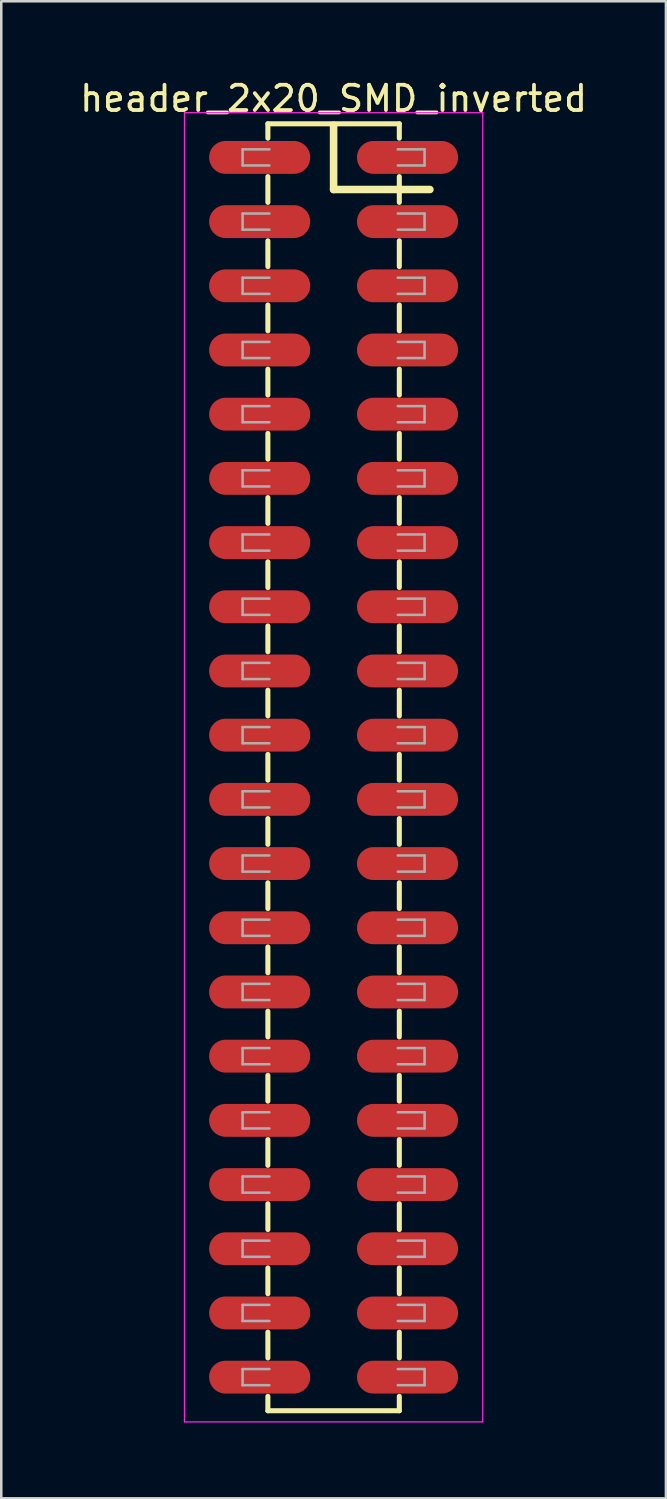
<source format=kicad_pcb>
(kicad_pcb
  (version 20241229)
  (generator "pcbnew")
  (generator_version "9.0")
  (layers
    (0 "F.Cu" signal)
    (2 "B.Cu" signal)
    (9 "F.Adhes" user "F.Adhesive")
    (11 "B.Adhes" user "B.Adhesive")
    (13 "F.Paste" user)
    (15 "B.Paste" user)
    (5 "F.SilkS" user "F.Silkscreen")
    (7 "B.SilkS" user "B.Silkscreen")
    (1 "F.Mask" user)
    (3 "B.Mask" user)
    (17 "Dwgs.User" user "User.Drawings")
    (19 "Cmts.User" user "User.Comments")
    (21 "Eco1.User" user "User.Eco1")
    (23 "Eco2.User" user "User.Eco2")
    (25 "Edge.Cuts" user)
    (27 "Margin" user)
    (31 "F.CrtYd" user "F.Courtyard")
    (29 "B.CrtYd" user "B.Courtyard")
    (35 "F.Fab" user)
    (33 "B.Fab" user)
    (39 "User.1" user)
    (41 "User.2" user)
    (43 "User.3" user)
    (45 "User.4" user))
  (footprint "header_2x20_SMD_inverted"
    (layer "F.Cu")
    (at 10.149 27.308)
    (property "Reference" "header_2x20_SMD_inverted" (at 0 -26.46 0) (layer "F.SilkS") (effects (font (size 1 1) (thickness 0.15))))
    (attr smd)
    (fp_line (start -2.6 -25.46) (end -2.6 -24.89) (stroke (width 0.2) (type solid)) (layer "F.SilkS"))
    (fp_line (start -2.6 -25.46) (end 2.6 -25.46) (stroke (width 0.2) (type solid)) (layer "F.SilkS"))
    (fp_line (start -2.6 -23.37) (end -2.6 -22.35) (stroke (width 0.2) (type solid)) (layer "F.SilkS"))
    (fp_line (start -2.6 -20.83) (end -2.6 -19.81) (stroke (width 0.2) (type solid)) (layer "F.SilkS"))
    (fp_line (start -2.6 -18.29) (end -2.6 -17.27) (stroke (width 0.2) (type solid)) (layer "F.SilkS"))
    (fp_line (start -2.6 -15.75) (end -2.6 -14.73) (stroke (width 0.2) (type solid)) (layer "F.SilkS"))
    (fp_line (start -2.6 -13.21) (end -2.6 -12.19) (stroke (width 0.2) (type solid)) (layer "F.SilkS"))
    (fp_line (start -2.6 -10.67) (end -2.6 -9.65) (stroke (width 0.2) (type solid)) (layer "F.SilkS"))
    (fp_line (start -2.6 -8.13) (end -2.6 -7.11) (stroke (width 0.2) (type solid)) (layer "F.SilkS"))
    (fp_line (start -2.6 -5.59) (end -2.6 -4.57) (stroke (width 0.2) (type solid)) (layer "F.SilkS"))
    (fp_line (start -2.6 -3.05) (end -2.6 -2.03) (stroke (width 0.2) (type solid)) (layer "F.SilkS"))
    (fp_line (start -2.6 -0.51) (end -2.6 0.51) (stroke (width 0.2) (type solid)) (layer "F.SilkS"))
    (fp_line (start -2.6 2.03) (end -2.6 3.05) (stroke (width 0.2) (type solid)) (layer "F.SilkS"))
    (fp_line (start -2.6 4.57) (end -2.6 5.59) (stroke (width 0.2) (type solid)) (layer "F.SilkS"))
    (fp_line (start -2.6 7.11) (end -2.6 8.13) (stroke (width 0.2) (type solid)) (layer "F.SilkS"))
    (fp_line (start -2.6 9.65) (end -2.6 10.67) (stroke (width 0.2) (type solid)) (layer "F.SilkS"))
    (fp_line (start -2.6 12.19) (end -2.6 13.21) (stroke (width 0.2) (type solid)) (layer "F.SilkS"))
    (fp_line (start -2.6 14.73) (end -2.6 15.75) (stroke (width 0.2) (type solid)) (layer "F.SilkS"))
    (fp_line (start -2.6 17.27) (end -2.6 18.29) (stroke (width 0.2) (type solid)) (layer "F.SilkS"))
    (fp_line (start -2.6 19.81) (end -2.6 20.83) (stroke (width 0.2) (type solid)) (layer "F.SilkS"))
    (fp_line (start -2.6 22.35) (end -2.6 23.37) (stroke (width 0.2) (type solid)) (layer "F.SilkS"))
    (fp_line (start -2.6 24.89) (end -2.6 25.46) (stroke (width 0.2) (type solid)) (layer "F.SilkS"))
    (fp_line (start -2.6 25.46) (end 2.6 25.46) (stroke (width 0.2) (type solid)) (layer "F.SilkS"))
    (fp_line (start 0 -22.86) (end 0 -25.4) (stroke (width 0.3) (type solid)) (layer "F.SilkS"))
    (fp_line (start 2.6 -25.46) (end 2.6 -24.89) (stroke (width 0.2) (type solid)) (layer "F.SilkS"))
    (fp_line (start 2.6 -23.37) (end 2.6 -22.35) (stroke (width 0.2) (type solid)) (layer "F.SilkS"))
    (fp_line (start 2.6 -20.83) (end 2.6 -19.81) (stroke (width 0.2) (type solid)) (layer "F.SilkS"))
    (fp_line (start 2.6 -18.29) (end 2.6 -17.27) (stroke (width 0.2) (type solid)) (layer "F.SilkS"))
    (fp_line (start 2.6 -15.75) (end 2.6 -14.73) (stroke (width 0.2) (type solid)) (layer "F.SilkS"))
    (fp_line (start 2.6 -13.21) (end 2.6 -12.19) (stroke (width 0.2) (type solid)) (layer "F.SilkS"))
    (fp_line (start 2.6 -10.67) (end 2.6 -9.65) (stroke (width 0.2) (type solid)) (layer "F.SilkS"))
    (fp_line (start 2.6 -8.13) (end 2.6 -7.11) (stroke (width 0.2) (type solid)) (layer "F.SilkS"))
    (fp_line (start 2.6 -5.59) (end 2.6 -4.57) (stroke (width 0.2) (type solid)) (layer "F.SilkS"))
    (fp_line (start 2.6 -3.05) (end 2.6 -2.03) (stroke (width 0.2) (type solid)) (layer "F.SilkS"))
    (fp_line (start 2.6 -0.51) (end 2.6 0.51) (stroke (width 0.2) (type solid)) (layer "F.SilkS"))
    (fp_line (start 2.6 2.03) (end 2.6 3.05) (stroke (width 0.2) (type solid)) (layer "F.SilkS"))
    (fp_line (start 2.6 4.57) (end 2.6 5.59) (stroke (width 0.2) (type solid)) (layer "F.SilkS"))
    (fp_line (start 2.6 7.11) (end 2.6 8.13) (stroke (width 0.2) (type solid)) (layer "F.SilkS"))
    (fp_line (start 2.6 9.65) (end 2.6 10.67) (stroke (width 0.2) (type solid)) (layer "F.SilkS"))
    (fp_line (start 2.6 12.19) (end 2.6 13.21) (stroke (width 0.2) (type solid)) (layer "F.SilkS"))
    (fp_line (start 2.6 14.73) (end 2.6 15.75) (stroke (width 0.2) (type solid)) (layer "F.SilkS"))
    (fp_line (start 2.6 17.27) (end 2.6 18.29) (stroke (width 0.2) (type solid)) (layer "F.SilkS"))
    (fp_line (start 2.6 19.81) (end 2.6 20.83) (stroke (width 0.2) (type solid)) (layer "F.SilkS"))
    (fp_line (start 2.6 22.35) (end 2.6 23.37) (stroke (width 0.2) (type solid)) (layer "F.SilkS"))
    (fp_line (start 2.6 24.89) (end 2.6 25.46) (stroke (width 0.2) (type solid)) (layer "F.SilkS"))
    (fp_line (start 3.81 -22.86) (end 0 -22.86) (stroke (width 0.3) (type solid)) (layer "F.SilkS"))
    (fp_line (start -5.9 -25.9) (end -5.9 25.9) (stroke (width 0.05) (type solid)) (layer "F.CrtYd"))
    (fp_line (start -5.9 25.9) (end 5.9 25.9) (stroke (width 0.05) (type solid)) (layer "F.CrtYd"))
    (fp_line (start 5.9 -25.9) (end -5.9 -25.9) (stroke (width 0.05) (type solid)) (layer "F.CrtYd"))
    (fp_line (start 5.9 25.9) (end 5.9 -25.9) (stroke (width 0.05) (type solid)) (layer "F.CrtYd"))
    (fp_line (start -3.6 -24.45) (end -3.6 -23.81) (stroke (width 0.1) (type solid)) (layer "F.Fab"))
    (fp_line (start -3.6 -23.81) (end -2.54 -23.81) (stroke (width 0.1) (type solid)) (layer "F.Fab"))
    (fp_line (start -3.6 -21.91) (end -3.6 -21.27) (stroke (width 0.1) (type solid)) (layer "F.Fab"))
    (fp_line (start -3.6 -21.27) (end -2.54 -21.27) (stroke (width 0.1) (type solid)) (layer "F.Fab"))
    (fp_line (start -3.6 -19.37) (end -3.6 -18.73) (stroke (width 0.1) (type solid)) (layer "F.Fab"))
    (fp_line (start -3.6 -18.73) (end -2.54 -18.73) (stroke (width 0.1) (type solid)) (layer "F.Fab"))
    (fp_line (start -3.6 -16.83) (end -3.6 -16.19) (stroke (width 0.1) (type solid)) (layer "F.Fab"))
    (fp_line (start -3.6 -16.19) (end -2.54 -16.19) (stroke (width 0.1) (type solid)) (layer "F.Fab"))
    (fp_line (start -3.6 -14.29) (end -3.6 -13.65) (stroke (width 0.1) (type solid)) (layer "F.Fab"))
    (fp_line (start -3.6 -13.65) (end -2.54 -13.65) (stroke (width 0.1) (type solid)) (layer "F.Fab"))
    (fp_line (start -3.6 -11.75) (end -3.6 -11.11) (stroke (width 0.1) (type solid)) (layer "F.Fab"))
    (fp_line (start -3.6 -11.11) (end -2.54 -11.11) (stroke (width 0.1) (type solid)) (layer "F.Fab"))
    (fp_line (start -3.6 -9.21) (end -3.6 -8.57) (stroke (width 0.1) (type solid)) (layer "F.Fab"))
    (fp_line (start -3.6 -8.57) (end -2.54 -8.57) (stroke (width 0.1) (type solid)) (layer "F.Fab"))
    (fp_line (start -3.6 -6.67) (end -3.6 -6.03) (stroke (width 0.1) (type solid)) (layer "F.Fab"))
    (fp_line (start -3.6 -6.03) (end -2.54 -6.03) (stroke (width 0.1) (type solid)) (layer "F.Fab"))
    (fp_line (start -3.6 -4.13) (end -3.6 -3.49) (stroke (width 0.1) (type solid)) (layer "F.Fab"))
    (fp_line (start -3.6 -3.49) (end -2.54 -3.49) (stroke (width 0.1) (type solid)) (layer "F.Fab"))
    (fp_line (start -3.6 -1.59) (end -3.6 -0.95) (stroke (width 0.1) (type solid)) (layer "F.Fab"))
    (fp_line (start -3.6 -0.95) (end -2.54 -0.95) (stroke (width 0.1) (type solid)) (layer "F.Fab"))
    (fp_line (start -3.6 0.95) (end -3.6 1.59) (stroke (width 0.1) (type solid)) (layer "F.Fab"))
    (fp_line (start -3.6 1.59) (end -2.54 1.59) (stroke (width 0.1) (type solid)) (layer "F.Fab"))
    (fp_line (start -3.6 3.49) (end -3.6 4.13) (stroke (width 0.1) (type solid)) (layer "F.Fab"))
    (fp_line (start -3.6 4.13) (end -2.54 4.13) (stroke (width 0.1) (type solid)) (layer "F.Fab"))
    (fp_line (start -3.6 6.03) (end -3.6 6.67) (stroke (width 0.1) (type solid)) (layer "F.Fab"))
    (fp_line (start -3.6 6.67) (end -2.54 6.67) (stroke (width 0.1) (type solid)) (layer "F.Fab"))
    (fp_line (start -3.6 8.57) (end -3.6 9.21) (stroke (width 0.1) (type solid)) (layer "F.Fab"))
    (fp_line (start -3.6 9.21) (end -2.54 9.21) (stroke (width 0.1) (type solid)) (layer "F.Fab"))
    (fp_line (start -3.6 11.11) (end -3.6 11.75) (stroke (width 0.1) (type solid)) (layer "F.Fab"))
    (fp_line (start -3.6 11.75) (end -2.54 11.75) (stroke (width 0.1) (type solid)) (layer "F.Fab"))
    (fp_line (start -3.6 13.65) (end -3.6 14.29) (stroke (width 0.1) (type solid)) (layer "F.Fab"))
    (fp_line (start -3.6 14.29) (end -2.54 14.29) (stroke (width 0.1) (type solid)) (layer "F.Fab"))
    (fp_line (start -3.6 16.19) (end -3.6 16.83) (stroke (width 0.1) (type solid)) (layer "F.Fab"))
    (fp_line (start -3.6 16.83) (end -2.54 16.83) (stroke (width 0.1) (type solid)) (layer "F.Fab"))
    (fp_line (start -3.6 18.73) (end -3.6 19.37) (stroke (width 0.1) (type solid)) (layer "F.Fab"))
    (fp_line (start -3.6 19.37) (end -2.54 19.37) (stroke (width 0.1) (type solid)) (layer "F.Fab"))
    (fp_line (start -3.6 21.27) (end -3.6 21.91) (stroke (width 0.1) (type solid)) (layer "F.Fab"))
    (fp_line (start -3.6 21.91) (end -2.54 21.91) (stroke (width 0.1) (type solid)) (layer "F.Fab"))
    (fp_line (start -3.6 23.81) (end -3.6 24.45) (stroke (width 0.1) (type solid)) (layer "F.Fab"))
    (fp_line (start -3.6 24.45) (end -2.54 24.45) (stroke (width 0.1) (type solid)) (layer "F.Fab"))
    (fp_line (start -2.54 -24.45) (end -3.6 -24.45) (stroke (width 0.1) (type solid)) (layer "F.Fab"))
    (fp_line (start -2.54 -21.91) (end -3.6 -21.91) (stroke (width 0.1) (type solid)) (layer "F.Fab"))
    (fp_line (start -2.54 -19.37) (end -3.6 -19.37) (stroke (width 0.1) (type solid)) (layer "F.Fab"))
    (fp_line (start -2.54 -16.83) (end -3.6 -16.83) (stroke (width 0.1) (type solid)) (layer "F.Fab"))
    (fp_line (start -2.54 -14.29) (end -3.6 -14.29) (stroke (width 0.1) (type solid)) (layer "F.Fab"))
    (fp_line (start -2.54 -11.75) (end -3.6 -11.75) (stroke (width 0.1) (type solid)) (layer "F.Fab"))
    (fp_line (start -2.54 -9.21) (end -3.6 -9.21) (stroke (width 0.1) (type solid)) (layer "F.Fab"))
    (fp_line (start -2.54 -6.67) (end -3.6 -6.67) (stroke (width 0.1) (type solid)) (layer "F.Fab"))
    (fp_line (start -2.54 -4.13) (end -3.6 -4.13) (stroke (width 0.1) (type solid)) (layer "F.Fab"))
    (fp_line (start -2.54 -1.59) (end -3.6 -1.59) (stroke (width 0.1) (type solid)) (layer "F.Fab"))
    (fp_line (start -2.54 0.95) (end -3.6 0.95) (stroke (width 0.1) (type solid)) (layer "F.Fab"))
    (fp_line (start -2.54 3.49) (end -3.6 3.49) (stroke (width 0.1) (type solid)) (layer "F.Fab"))
    (fp_line (start -2.54 6.03) (end -3.6 6.03) (stroke (width 0.1) (type solid)) (layer "F.Fab"))
    (fp_line (start -2.54 8.57) (end -3.6 8.57) (stroke (width 0.1) (type solid)) (layer "F.Fab"))
    (fp_line (start -2.54 11.11) (end -3.6 11.11) (stroke (width 0.1) (type solid)) (layer "F.Fab"))
    (fp_line (start -2.54 13.65) (end -3.6 13.65) (stroke (width 0.1) (type solid)) (layer "F.Fab"))
    (fp_line (start -2.54 16.19) (end -3.6 16.19) (stroke (width 0.1) (type solid)) (layer "F.Fab"))
    (fp_line (start -2.54 18.73) (end -3.6 18.73) (stroke (width 0.1) (type solid)) (layer "F.Fab"))
    (fp_line (start -2.54 21.27) (end -3.6 21.27) (stroke (width 0.1) (type solid)) (layer "F.Fab"))
    (fp_line (start -2.54 23.81) (end -3.6 23.81) (stroke (width 0.1) (type solid)) (layer "F.Fab"))
    (fp_line (start 2.54 -24.45) (end 3.6 -24.45) (stroke (width 0.1) (type solid)) (layer "F.Fab"))
    (fp_line (start 2.54 -21.91) (end 3.6 -21.91) (stroke (width 0.1) (type solid)) (layer "F.Fab"))
    (fp_line (start 2.54 -19.37) (end 3.6 -19.37) (stroke (width 0.1) (type solid)) (layer "F.Fab"))
    (fp_line (start 2.54 -16.83) (end 3.6 -16.83) (stroke (width 0.1) (type solid)) (layer "F.Fab"))
    (fp_line (start 2.54 -14.29) (end 3.6 -14.29) (stroke (width 0.1) (type solid)) (layer "F.Fab"))
    (fp_line (start 2.54 -11.75) (end 3.6 -11.75) (stroke (width 0.1) (type solid)) (layer "F.Fab"))
    (fp_line (start 2.54 -9.21) (end 3.6 -9.21) (stroke (width 0.1) (type solid)) (layer "F.Fab"))
    (fp_line (start 2.54 -6.67) (end 3.6 -6.67) (stroke (width 0.1) (type solid)) (layer "F.Fab"))
    (fp_line (start 2.54 -4.13) (end 3.6 -4.13) (stroke (width 0.1) (type solid)) (layer "F.Fab"))
    (fp_line (start 2.54 -1.59) (end 3.6 -1.59) (stroke (width 0.1) (type solid)) (layer "F.Fab"))
    (fp_line (start 2.54 0.95) (end 3.6 0.95) (stroke (width 0.1) (type solid)) (layer "F.Fab"))
    (fp_line (start 2.54 3.49) (end 3.6 3.49) (stroke (width 0.1) (type solid)) (layer "F.Fab"))
    (fp_line (start 2.54 6.03) (end 3.6 6.03) (stroke (width 0.1) (type solid)) (layer "F.Fab"))
    (fp_line (start 2.54 8.57) (end 3.6 8.57) (stroke (width 0.1) (type solid)) (layer "F.Fab"))
    (fp_line (start 2.54 11.11) (end 3.6 11.11) (stroke (width 0.1) (type solid)) (layer "F.Fab"))
    (fp_line (start 2.54 13.65) (end 3.6 13.65) (stroke (width 0.1) (type solid)) (layer "F.Fab"))
    (fp_line (start 2.54 16.19) (end 3.6 16.19) (stroke (width 0.1) (type solid)) (layer "F.Fab"))
    (fp_line (start 2.54 18.73) (end 3.6 18.73) (stroke (width 0.1) (type solid)) (layer "F.Fab"))
    (fp_line (start 2.54 21.27) (end 3.6 21.27) (stroke (width 0.1) (type solid)) (layer "F.Fab"))
    (fp_line (start 2.54 23.81) (end 3.6 23.81) (stroke (width 0.1) (type solid)) (layer "F.Fab"))
    (fp_line (start 3.6 -24.45) (end 3.6 -23.81) (stroke (width 0.1) (type solid)) (layer "F.Fab"))
    (fp_line (start 3.6 -23.81) (end 2.54 -23.81) (stroke (width 0.1) (type solid)) (layer "F.Fab"))
    (fp_line (start 3.6 -21.91) (end 3.6 -21.27) (stroke (width 0.1) (type solid)) (layer "F.Fab"))
    (fp_line (start 3.6 -21.27) (end 2.54 -21.27) (stroke (width 0.1) (type solid)) (layer "F.Fab"))
    (fp_line (start 3.6 -19.37) (end 3.6 -18.73) (stroke (width 0.1) (type solid)) (layer "F.Fab"))
    (fp_line (start 3.6 -18.73) (end 2.54 -18.73) (stroke (width 0.1) (type solid)) (layer "F.Fab"))
    (fp_line (start 3.6 -16.83) (end 3.6 -16.19) (stroke (width 0.1) (type solid)) (layer "F.Fab"))
    (fp_line (start 3.6 -16.19) (end 2.54 -16.19) (stroke (width 0.1) (type solid)) (layer "F.Fab"))
    (fp_line (start 3.6 -14.29) (end 3.6 -13.65) (stroke (width 0.1) (type solid)) (layer "F.Fab"))
    (fp_line (start 3.6 -13.65) (end 2.54 -13.65) (stroke (width 0.1) (type solid)) (layer "F.Fab"))
    (fp_line (start 3.6 -11.75) (end 3.6 -11.11) (stroke (width 0.1) (type solid)) (layer "F.Fab"))
    (fp_line (start 3.6 -11.11) (end 2.54 -11.11) (stroke (width 0.1) (type solid)) (layer "F.Fab"))
    (fp_line (start 3.6 -9.21) (end 3.6 -8.57) (stroke (width 0.1) (type solid)) (layer "F.Fab"))
    (fp_line (start 3.6 -8.57) (end 2.54 -8.57) (stroke (width 0.1) (type solid)) (layer "F.Fab"))
    (fp_line (start 3.6 -6.67) (end 3.6 -6.03) (stroke (width 0.1) (type solid)) (layer "F.Fab"))
    (fp_line (start 3.6 -6.03) (end 2.54 -6.03) (stroke (width 0.1) (type solid)) (layer "F.Fab"))
    (fp_line (start 3.6 -4.13) (end 3.6 -3.49) (stroke (width 0.1) (type solid)) (layer "F.Fab"))
    (fp_line (start 3.6 -3.49) (end 2.54 -3.49) (stroke (width 0.1) (type solid)) (layer "F.Fab"))
    (fp_line (start 3.6 -1.59) (end 3.6 -0.95) (stroke (width 0.1) (type solid)) (layer "F.Fab"))
    (fp_line (start 3.6 -0.95) (end 2.54 -0.95) (stroke (width 0.1) (type solid)) (layer "F.Fab"))
    (fp_line (start 3.6 0.95) (end 3.6 1.59) (stroke (width 0.1) (type solid)) (layer "F.Fab"))
    (fp_line (start 3.6 1.59) (end 2.54 1.59) (stroke (width 0.1) (type solid)) (layer "F.Fab"))
    (fp_line (start 3.6 3.49) (end 3.6 4.13) (stroke (width 0.1) (type solid)) (layer "F.Fab"))
    (fp_line (start 3.6 4.13) (end 2.54 4.13) (stroke (width 0.1) (type solid)) (layer "F.Fab"))
    (fp_line (start 3.6 6.03) (end 3.6 6.67) (stroke (width 0.1) (type solid)) (layer "F.Fab"))
    (fp_line (start 3.6 6.67) (end 2.54 6.67) (stroke (width 0.1) (type solid)) (layer "F.Fab"))
    (fp_line (start 3.6 8.57) (end 3.6 9.21) (stroke (width 0.1) (type solid)) (layer "F.Fab"))
    (fp_line (start 3.6 9.21) (end 2.54 9.21) (stroke (width 0.1) (type solid)) (layer "F.Fab"))
    (fp_line (start 3.6 11.11) (end 3.6 11.75) (stroke (width 0.1) (type solid)) (layer "F.Fab"))
    (fp_line (start 3.6 11.75) (end 2.54 11.75) (stroke (width 0.1) (type solid)) (layer "F.Fab"))
    (fp_line (start 3.6 13.65) (end 3.6 14.29) (stroke (width 0.1) (type solid)) (layer "F.Fab"))
    (fp_line (start 3.6 14.29) (end 2.54 14.29) (stroke (width 0.1) (type solid)) (layer "F.Fab"))
    (fp_line (start 3.6 16.19) (end 3.6 16.83) (stroke (width 0.1) (type solid)) (layer "F.Fab"))
    (fp_line (start 3.6 16.83) (end 2.54 16.83) (stroke (width 0.1) (type solid)) (layer "F.Fab"))
    (fp_line (start 3.6 18.73) (end 3.6 19.37) (stroke (width 0.1) (type solid)) (layer "F.Fab"))
    (fp_line (start 3.6 19.37) (end 2.54 19.37) (stroke (width 0.1) (type solid)) (layer "F.Fab"))
    (fp_line (start 3.6 21.27) (end 3.6 21.91) (stroke (width 0.1) (type solid)) (layer "F.Fab"))
    (fp_line (start 3.6 21.91) (end 2.54 21.91) (stroke (width 0.1) (type solid)) (layer "F.Fab"))
    (fp_line (start 3.6 23.81) (end 3.6 24.45) (stroke (width 0.1) (type solid)) (layer "F.Fab"))
    (fp_line (start 3.6 24.45) (end 2.54 24.45) (stroke (width 0.1) (type solid)) (layer "F.Fab"))
    (pad "1" smd oval (at 2.525 -24.13) (size 4 1.3) (drill (offset 0.4 0)) (layers "F.Cu" "F.Mask" "F.Paste"))
    (pad "2" smd oval (at -2.525 -24.13) (size 4 1.3) (drill (offset -0.4 0)) (layers "F.Cu" "F.Mask" "F.Paste"))
    (pad "3" smd oval (at 2.525 -21.59) (size 4 1.3) (drill (offset 0.4 0)) (layers "F.Cu" "F.Mask" "F.Paste"))
    (pad "4" smd oval (at -2.525 -21.59) (size 4 1.3) (drill (offset -0.4 0)) (layers "F.Cu" "F.Mask" "F.Paste"))
    (pad "5" smd oval (at 2.525 -19.05) (size 4 1.3) (drill (offset 0.4 0)) (layers "F.Cu" "F.Mask" "F.Paste"))
    (pad "6" smd oval (at -2.525 -19.05) (size 4 1.3) (drill (offset -0.4 0)) (layers "F.Cu" "F.Mask" "F.Paste"))
    (pad "7" smd oval (at 2.525 -16.51) (size 4 1.3) (drill (offset 0.4 0)) (layers "F.Cu" "F.Mask" "F.Paste"))
    (pad "8" smd oval (at -2.525 -16.51) (size 4 1.3) (drill (offset -0.4 0)) (layers "F.Cu" "F.Mask" "F.Paste"))
    (pad "9" smd oval (at 2.525 -13.97) (size 4 1.3) (drill (offset 0.4 0)) (layers "F.Cu" "F.Mask" "F.Paste"))
    (pad "10" smd oval (at -2.525 -13.97) (size 4 1.3) (drill (offset -0.4 0)) (layers "F.Cu" "F.Mask" "F.Paste"))
    (pad "11" smd oval (at 2.525 -11.43) (size 4 1.3) (drill (offset 0.4 0)) (layers "F.Cu" "F.Mask" "F.Paste"))
    (pad "12" smd oval (at -2.525 -11.43) (size 4 1.3) (drill (offset -0.4 0)) (layers "F.Cu" "F.Mask" "F.Paste"))
    (pad "13" smd oval (at 2.525 -8.89) (size 4 1.3) (drill (offset 0.4 0)) (layers "F.Cu" "F.Mask" "F.Paste"))
    (pad "14" smd oval (at -2.525 -8.89) (size 4 1.3) (drill (offset -0.4 0)) (layers "F.Cu" "F.Mask" "F.Paste"))
    (pad "15" smd oval (at 2.525 -6.35) (size 4 1.3) (drill (offset 0.4 0)) (layers "F.Cu" "F.Mask" "F.Paste"))
    (pad "16" smd oval (at -2.525 -6.35) (size 4 1.3) (drill (offset -0.4 0)) (layers "F.Cu" "F.Mask" "F.Paste"))
    (pad "17" smd oval (at 2.525 -3.81) (size 4 1.3) (drill (offset 0.4 0)) (layers "F.Cu" "F.Mask" "F.Paste"))
    (pad "18" smd oval (at -2.525 -3.81) (size 4 1.3) (drill (offset -0.4 0)) (layers "F.Cu" "F.Mask" "F.Paste"))
    (pad "19" smd oval (at 2.525 -1.27) (size 4 1.3) (drill (offset 0.4 0)) (layers "F.Cu" "F.Mask" "F.Paste"))
    (pad "20" smd oval (at -2.525 -1.27) (size 4 1.3) (drill (offset -0.4 0)) (layers "F.Cu" "F.Mask" "F.Paste"))
    (pad "21" smd oval (at 2.525 1.27) (size 4 1.3) (drill (offset 0.4 0)) (layers "F.Cu" "F.Mask" "F.Paste"))
    (pad "22" smd oval (at -2.525 1.27) (size 4 1.3) (drill (offset -0.4 0)) (layers "F.Cu" "F.Mask" "F.Paste"))
    (pad "23" smd oval (at 2.525 3.81) (size 4 1.3) (drill (offset 0.4 0)) (layers "F.Cu" "F.Mask" "F.Paste"))
    (pad "24" smd oval (at -2.525 3.81) (size 4 1.3) (drill (offset -0.4 0)) (layers "F.Cu" "F.Mask" "F.Paste"))
    (pad "25" smd oval (at 2.525 6.35) (size 4 1.3) (drill (offset 0.4 0)) (layers "F.Cu" "F.Mask" "F.Paste"))
    (pad "26" smd oval (at -2.525 6.35) (size 4 1.3) (drill (offset -0.4 0)) (layers "F.Cu" "F.Mask" "F.Paste"))
    (pad "27" smd oval (at 2.525 8.89) (size 4 1.3) (drill (offset 0.4 0)) (layers "F.Cu" "F.Mask" "F.Paste"))
    (pad "28" smd oval (at -2.525 8.89) (size 4 1.3) (drill (offset -0.4 0)) (layers "F.Cu" "F.Mask" "F.Paste"))
    (pad "29" smd oval (at 2.525 11.43) (size 4 1.3) (drill (offset 0.4 0)) (layers "F.Cu" "F.Mask" "F.Paste"))
    (pad "30" smd oval (at -2.525 11.43) (size 4 1.3) (drill (offset -0.4 0)) (layers "F.Cu" "F.Mask" "F.Paste"))
    (pad "31" smd oval (at 2.525 13.97) (size 4 1.3) (drill (offset 0.4 0)) (layers "F.Cu" "F.Mask" "F.Paste"))
    (pad "32" smd oval (at -2.525 13.97) (size 4 1.3) (drill (offset -0.4 0)) (layers "F.Cu" "F.Mask" "F.Paste"))
    (pad "33" smd oval (at 2.525 16.51) (size 4 1.3) (drill (offset 0.4 0)) (layers "F.Cu" "F.Mask" "F.Paste"))
    (pad "34" smd oval (at -2.525 16.51) (size 4 1.3) (drill (offset -0.4 0)) (layers "F.Cu" "F.Mask" "F.Paste"))
    (pad "35" smd oval (at 2.525 19.05) (size 4 1.3) (drill (offset 0.4 0)) (layers "F.Cu" "F.Mask" "F.Paste"))
    (pad "36" smd oval (at -2.525 19.05) (size 4 1.3) (drill (offset -0.4 0)) (layers "F.Cu" "F.Mask" "F.Paste"))
    (pad "37" smd oval (at 2.525 21.59) (size 4 1.3) (drill (offset 0.4 0)) (layers "F.Cu" "F.Mask" "F.Paste"))
    (pad "38" smd oval (at -2.525 21.59) (size 4 1.3) (drill (offset -0.4 0)) (layers "F.Cu" "F.Mask" "F.Paste"))
    (pad "39" smd oval (at 2.525 24.13) (size 4 1.3) (drill (offset 0.4 0)) (layers "F.Cu" "F.Mask" "F.Paste"))
    (pad "40" smd oval (at -2.525 24.13) (size 4 1.3) (drill (offset -0.4 0)) (layers "F.Cu" "F.Mask" "F.Paste")))
  (gr_rect
    (start -3 -3)
    (end 23.298 56.233)
    (stroke (width 0.1) (type default))
    (fill no)
    (layer "Edge.Cuts")))
</source>
